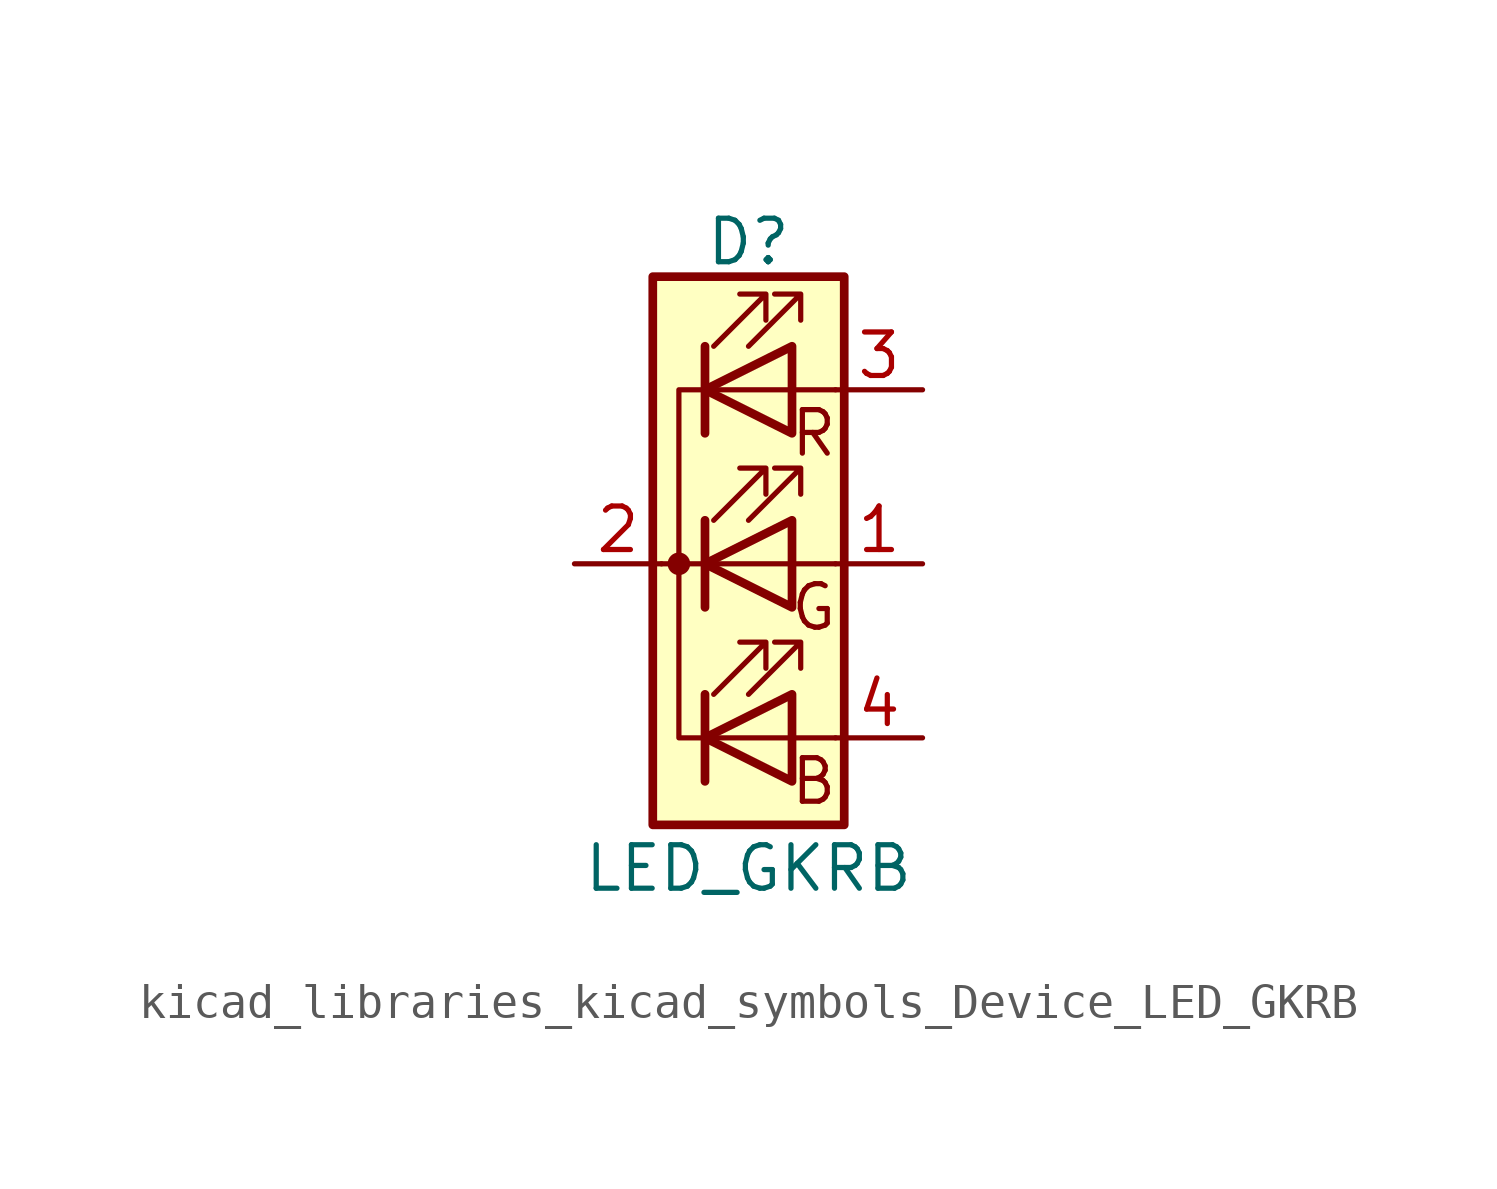
<source format=kicad_sym>
(kicad_symbol_lib
  (version 20220914)
  (generator kicad_symbol_editor)
  (symbol "kicad_libraries_kicad_symbols_Device_LED_GKRB"
    (pin_names
      (offset 0) hide)
    (property "Reference" "D"
      (at 0 9.398 0)
      (effects (font (size 1.27 1.27))))
    (property "Value" "LED_GKRB"
      (at 0 -8.89 0)
      (effects (font (size 1.27 1.27))))
    (symbol "kicad_libraries_kicad_symbols_Device_LED_GKRB_0_0"
      (text "B" (at 1.905 -6.35 0) (effects (font (size 1.27 1.27))))
      (text "G" (at 1.905 -1.27 0) (effects (font (size 1.27 1.27))))
      (text "R" (at 1.905 3.81 0) (effects (font (size 1.27 1.27)))))
    (symbol "kicad_libraries_kicad_symbols_Device_LED_GKRB_0_1"
      (circle (center -2.032 0) (radius 0.254) (stroke (width 0) (type default)) (fill (type outline)))
      (polyline (pts (xy -1.27 -5.08) (xy 1.27 -5.08)) (stroke (width 0) (type default)) (fill (type none)))
      (polyline (pts (xy -1.27 -3.81) (xy -1.27 -6.35)) (stroke (width 0.254) (type default)) (fill (type none)))
      (polyline (pts (xy -1.27 0) (xy -2.54 0)) (stroke (width 0) (type default)) (fill (type none)))
      (polyline (pts (xy -1.27 1.27) (xy -1.27 -1.27)) (stroke (width 0.254) (type default)) (fill (type none)))
      (polyline (pts (xy -1.27 5.08) (xy 1.27 5.08)) (stroke (width 0) (type default)) (fill (type none)))
      (polyline (pts (xy -1.27 6.35) (xy -1.27 3.81)) (stroke (width 0.254) (type default)) (fill (type none)))
      (polyline (pts (xy 1.27 -5.08) (xy 2.54 -5.08)) (stroke (width 0) (type default)) (fill (type none)))
      (polyline (pts (xy 1.27 0) (xy -1.27 0)) (stroke (width 0) (type default)) (fill (type none)))
      (polyline (pts (xy 1.27 0) (xy 2.54 0)) (stroke (width 0) (type default)) (fill (type none)))
      (polyline (pts (xy 1.27 5.08) (xy 2.54 5.08)) (stroke (width 0) (type default)) (fill (type none)))
      (polyline (pts (xy -1.27 1.27) (xy -1.27 -1.27) (xy -1.27 -1.27)) (stroke (width 0) (type default)) (fill (type none)))
      (polyline (pts (xy -1.27 6.35) (xy -1.27 3.81) (xy -1.27 3.81)) (stroke (width 0) (type default)) (fill (type none)))
      (polyline (pts (xy -1.27 5.08) (xy -2.032 5.08) (xy -2.032 -5.08) (xy -1.016 -5.08)) (stroke (width 0) (type default)) (fill (type none)))
      (polyline (pts (xy 1.27 -3.81) (xy 1.27 -6.35) (xy -1.27 -5.08) (xy 1.27 -3.81)) (stroke (width 0.254) (type default)) (fill (type none)))
      (polyline (pts (xy 1.27 1.27) (xy 1.27 -1.27) (xy -1.27 0) (xy 1.27 1.27)) (stroke (width 0.254) (type default)) (fill (type none)))
      (polyline (pts (xy 1.27 6.35) (xy 1.27 3.81) (xy -1.27 5.08) (xy 1.27 6.35)) (stroke (width 0.254) (type default)) (fill (type none)))
      (polyline (pts (xy -1.016 -3.81) (xy 0.508 -2.286) (xy -0.254 -2.286) (xy 0.508 -2.286) (xy 0.508 -3.048)) (stroke (width 0) (type default)) (fill (type none)))
      (polyline (pts (xy -1.016 1.27) (xy 0.508 2.794) (xy -0.254 2.794) (xy 0.508 2.794) (xy 0.508 2.032)) (stroke (width 0) (type default)) (fill (type none)))
      (polyline (pts (xy -1.016 6.35) (xy 0.508 7.874) (xy -0.254 7.874) (xy 0.508 7.874) (xy 0.508 7.112)) (stroke (width 0) (type default)) (fill (type none)))
      (polyline (pts (xy 0 -3.81) (xy 1.524 -2.286) (xy 0.762 -2.286) (xy 1.524 -2.286) (xy 1.524 -3.048)) (stroke (width 0) (type default)) (fill (type none)))
      (polyline (pts (xy 0 1.27) (xy 1.524 2.794) (xy 0.762 2.794) (xy 1.524 2.794) (xy 1.524 2.032)) (stroke (width 0) (type default)) (fill (type none)))
      (polyline (pts (xy 0 6.35) (xy 1.524 7.874) (xy 0.762 7.874) (xy 1.524 7.874) (xy 1.524 7.112)) (stroke (width 0) (type default)) (fill (type none)))
      (rectangle (start 1.27 -1.27) (end 1.27 1.27) (stroke (width 0) (type default)) (fill (type none)))
      (rectangle (start 1.27 1.27) (end 1.27 1.27) (stroke (width 0) (type default)) (fill (type none)))
      (rectangle (start 1.27 3.81) (end 1.27 6.35) (stroke (width 0) (type default)) (fill (type none)))
      (rectangle (start 1.27 6.35) (end 1.27 6.35) (stroke (width 0) (type default)) (fill (type none)))
      (rectangle (start 2.794 8.382) (end -2.794 -7.62) (stroke (width 0.254) (type default)) (fill (type background))))
    (symbol "kicad_libraries_kicad_symbols_Device_LED_GKRB_1_1"
      (pin passive line (at 5.08 0 180) (length 2.54) (name "GA" (effects (font (size 1.27 1.27)))) (number "1" (effects (font (size 1.27 1.27)))))
      (pin passive line (at -5.08 0 0) (length 2.54) (name "K" (effects (font (size 1.27 1.27)))) (number "2" (effects (font (size 1.27 1.27)))))
      (pin passive line (at 5.08 5.08 180) (length 2.54) (name "RA" (effects (font (size 1.27 1.27)))) (number "3" (effects (font (size 1.27 1.27)))))
      (pin passive line (at 5.08 -5.08 180) (length 2.54) (name "BA" (effects (font (size 1.27 1.27)))) (number "4" (effects (font (size 1.27 1.27))))))))
</source>
